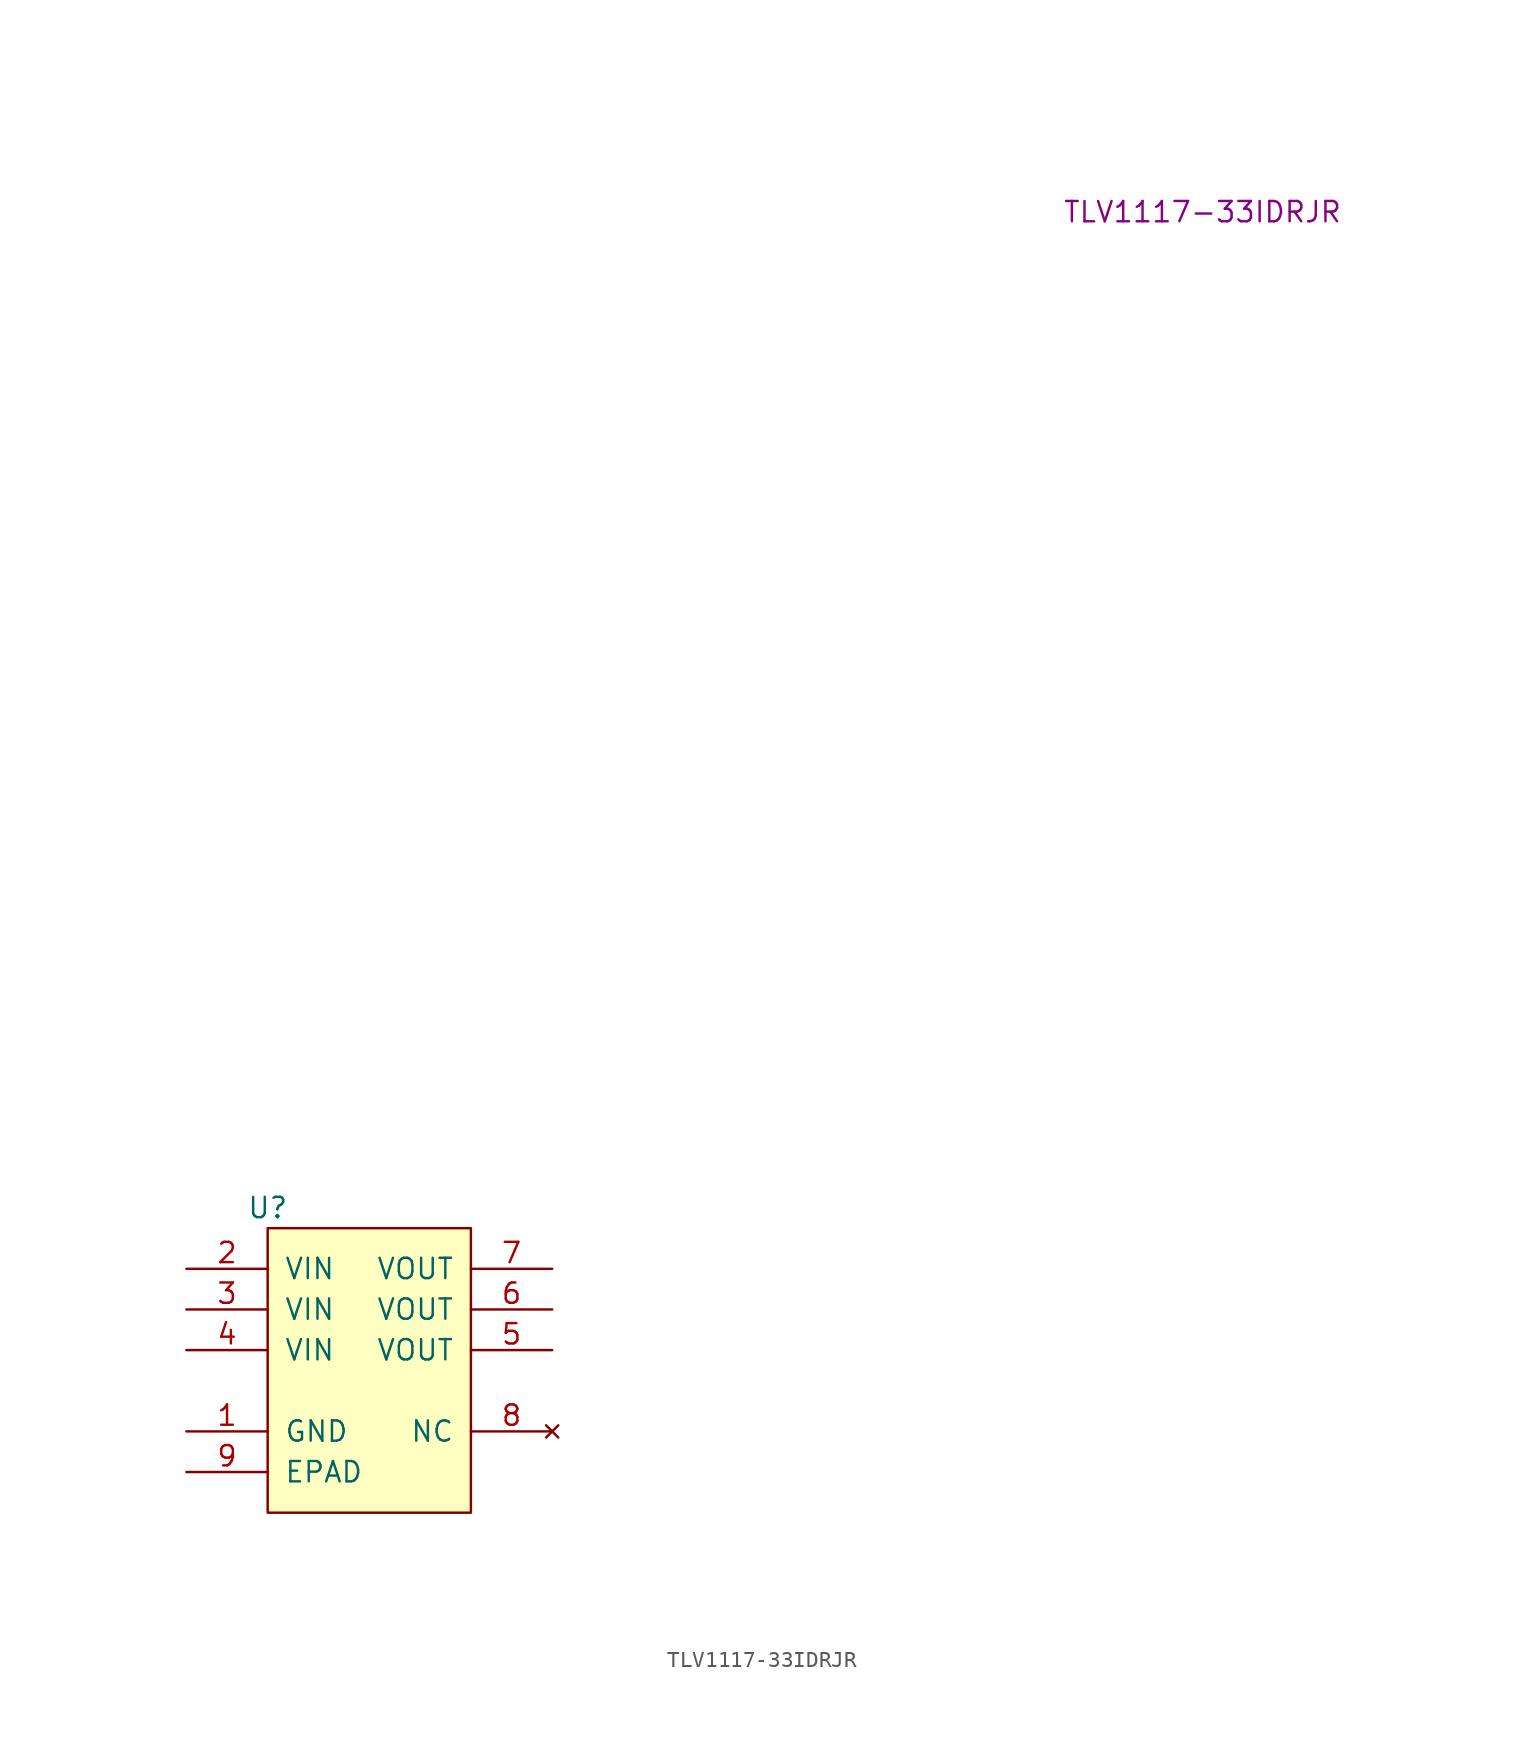
<source format=kicad_sym>
(kicad_symbol_lib
  (version 20220914)
  (generator kicad_symbol_editor)
  (symbol "TLV1117-33IDRJR"
    (pin_names
      (offset 1.016))
    (property "Reference" "U"
      (at 0 1.27 0)
      (effects (font (size 1.27 1.27))))
    (property "_Value_" "TLV1117-33IDRJR"
      (at 58.42 63.5 0)
      (effects (font (size 1.27 1.27))))
    (symbol "TLV1117-33IDRJR_0_1"
      (rectangle (start 0 0) (end 12.7 -17.78) (stroke (width 0) (type default)) (fill (type background))))
    (symbol "TLV1117-33IDRJR_1_1"
      (pin passive line (at -5.08 -12.7 0) (length 5.08) (name "GND" (effects (font (size 1.27 1.27)))) (number "1" (effects (font (size 1.27 1.27)))))
      (pin power_in line (at -5.08 -2.54 0) (length 5.08) (name "VIN" (effects (font (size 1.27 1.27)))) (number "2" (effects (font (size 1.27 1.27)))))
      (pin power_in line (at -5.08 -5.08 0) (length 5.08) (name "VIN" (effects (font (size 1.27 1.27)))) (number "3" (effects (font (size 1.27 1.27)))))
      (pin power_in line (at -5.08 -7.62 0) (length 5.08) (name "VIN" (effects (font (size 1.27 1.27)))) (number "4" (effects (font (size 1.27 1.27)))))
      (pin power_out line (at 17.78 -7.62 180) (length 5.08) (name "VOUT" (effects (font (size 1.27 1.27)))) (number "5" (effects (font (size 1.27 1.27)))))
      (pin power_out line (at 17.78 -5.08 180) (length 5.08) (name "VOUT" (effects (font (size 1.27 1.27)))) (number "6" (effects (font (size 1.27 1.27)))))
      (pin power_out line (at 17.78 -2.54 180) (length 5.08) (name "VOUT" (effects (font (size 1.27 1.27)))) (number "7" (effects (font (size 1.27 1.27)))))
      (pin no_connect line (at 17.78 -12.7 180) (length 5.08) (name "NC" (effects (font (size 1.27 1.27)))) (number "8" (effects (font (size 1.27 1.27)))))
      (pin passive line (at -5.08 -15.24 0) (length 5.08) (name "EPAD" (effects (font (size 1.27 1.27)))) (number "9" (effects (font (size 1.27 1.27))))))))
</source>
